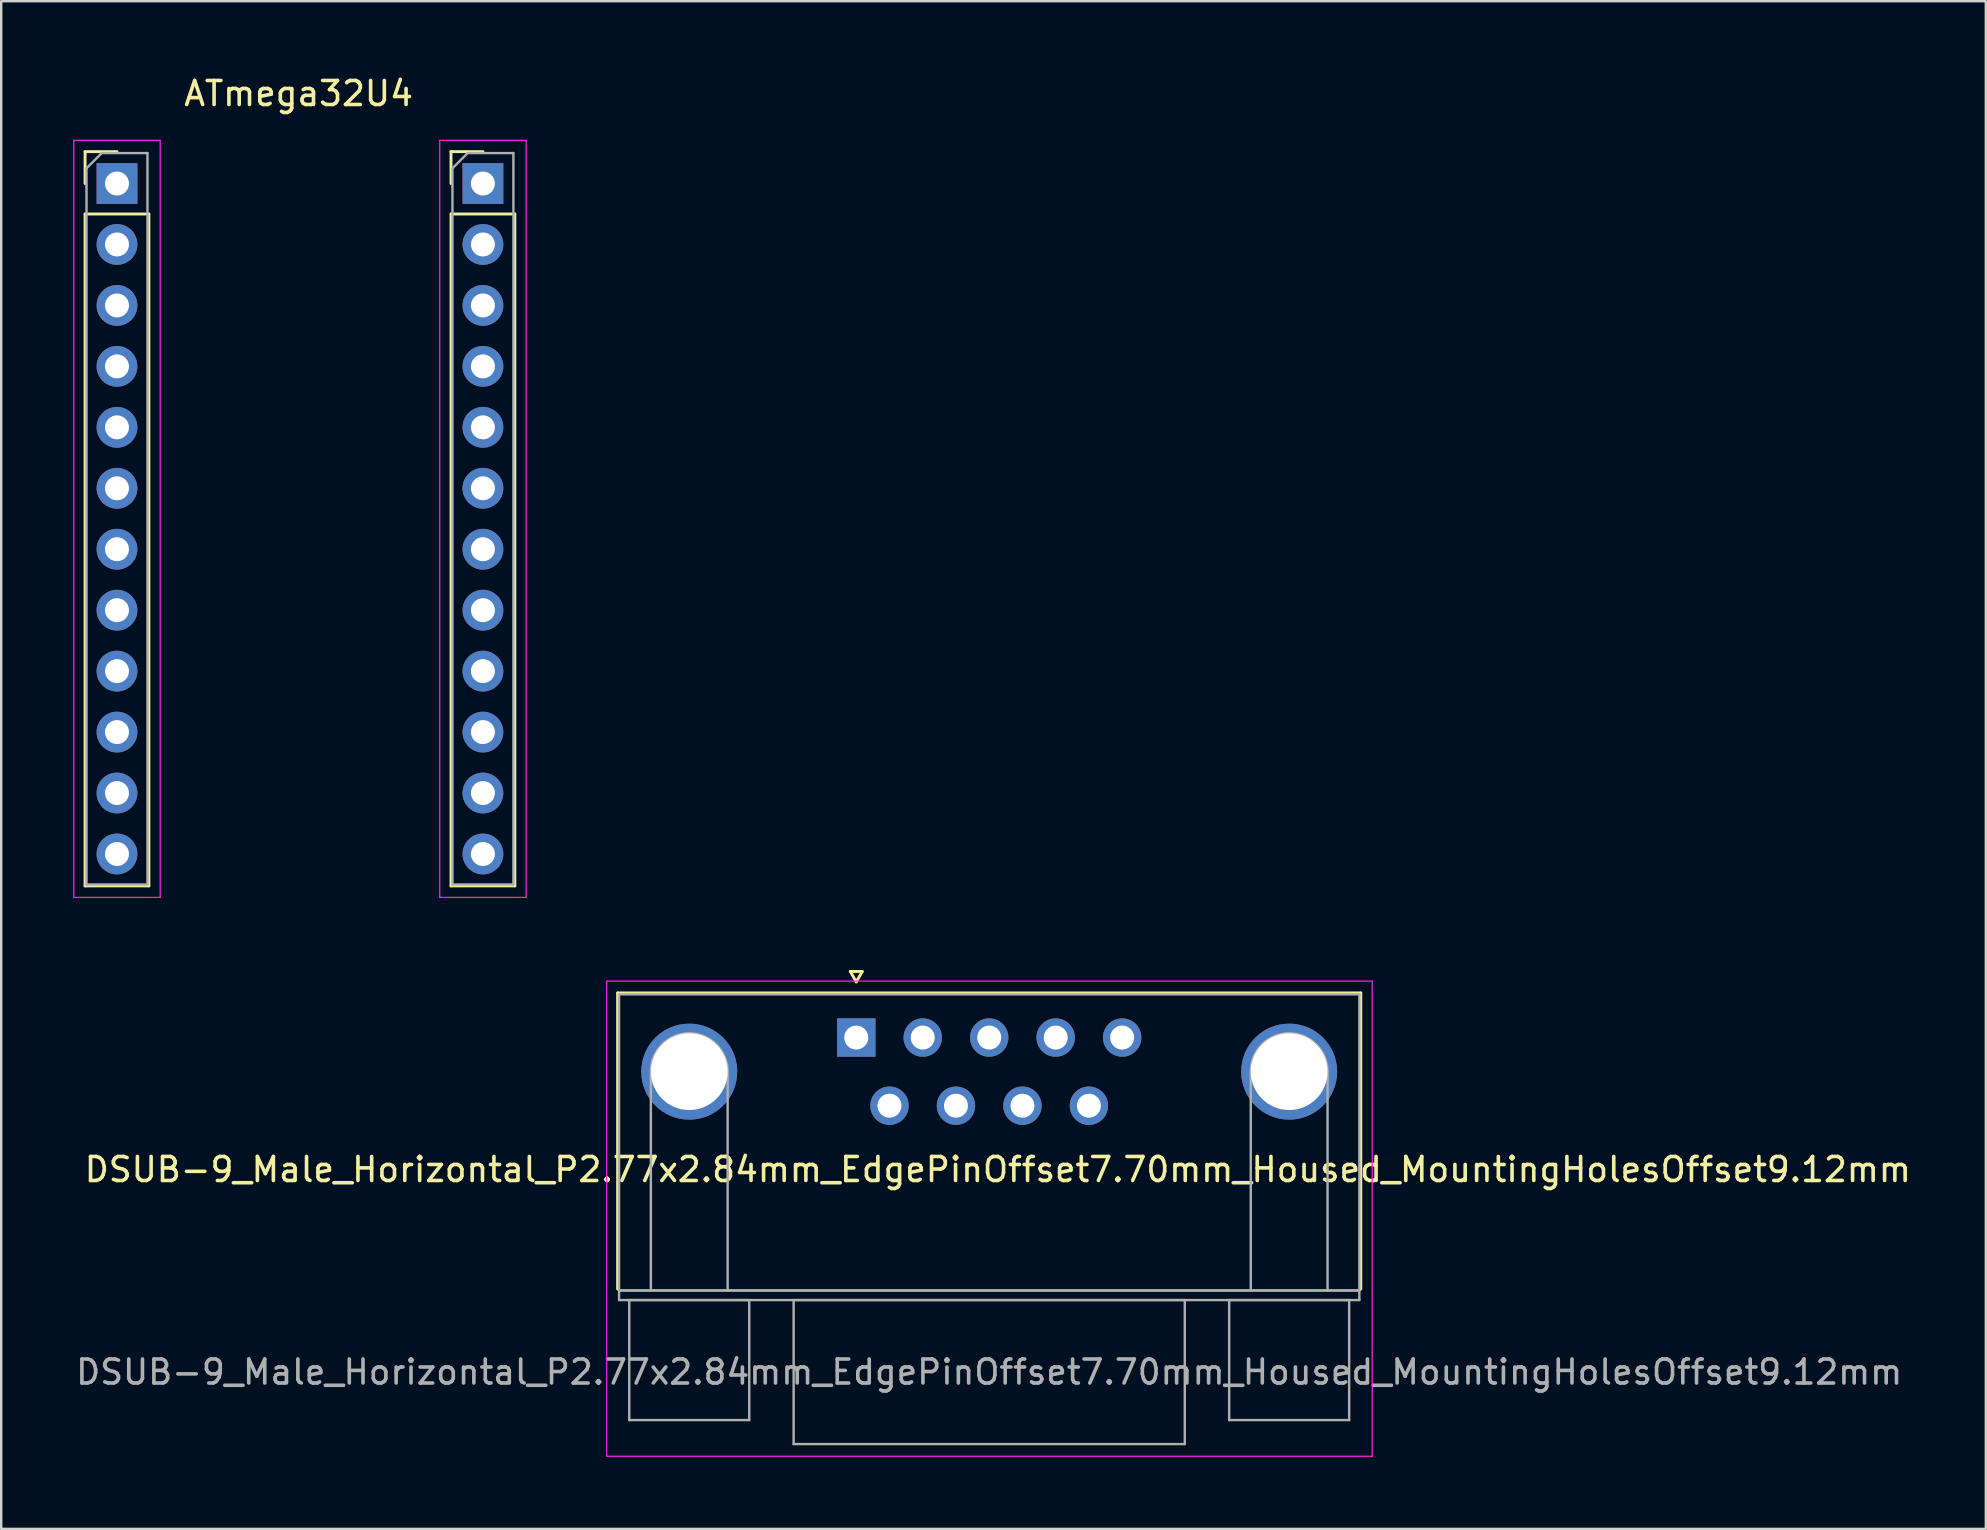
<source format=kicad_pcb>
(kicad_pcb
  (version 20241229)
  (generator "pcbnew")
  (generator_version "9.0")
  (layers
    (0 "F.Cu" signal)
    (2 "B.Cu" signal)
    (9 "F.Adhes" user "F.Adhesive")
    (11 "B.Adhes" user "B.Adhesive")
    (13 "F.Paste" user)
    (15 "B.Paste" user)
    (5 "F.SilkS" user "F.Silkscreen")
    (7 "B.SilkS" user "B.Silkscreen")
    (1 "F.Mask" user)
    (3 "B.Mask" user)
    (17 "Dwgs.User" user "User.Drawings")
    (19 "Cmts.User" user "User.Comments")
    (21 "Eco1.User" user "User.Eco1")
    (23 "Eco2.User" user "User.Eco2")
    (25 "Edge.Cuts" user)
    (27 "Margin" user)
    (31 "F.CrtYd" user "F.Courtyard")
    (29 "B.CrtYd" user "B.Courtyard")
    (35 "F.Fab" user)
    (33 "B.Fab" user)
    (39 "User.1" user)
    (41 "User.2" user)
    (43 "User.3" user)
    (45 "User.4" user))
  (footprint "ATmega32U4"
    (layer "F.Cu")
    (at 9.445 4.598)
    (property "Reference" "ATmega32U4" (at -0.05 -3.75 0) (layer "F.SilkS") (effects (font (size 1 1) (thickness 0.15))))
    (attr through_hole)
    (fp_line (start -8.95 -1.33) (end -7.62 -1.33) (stroke (width 0.12) (type solid)) (layer "F.SilkS"))
    (fp_line (start -8.95 0) (end -8.95 -1.33) (stroke (width 0.12) (type solid)) (layer "F.SilkS"))
    (fp_line (start -8.95 1.27) (end -8.95 29.27) (stroke (width 0.12) (type solid)) (layer "F.SilkS"))
    (fp_line (start -8.95 1.27) (end -6.29 1.27) (stroke (width 0.12) (type solid)) (layer "F.SilkS"))
    (fp_line (start -8.95 29.27) (end -6.29 29.27) (stroke (width 0.12) (type solid)) (layer "F.SilkS"))
    (fp_line (start -6.29 1.27) (end -6.29 29.27) (stroke (width 0.12) (type solid)) (layer "F.SilkS"))
    (fp_line (start 6.3 -1.33) (end 7.63 -1.33) (stroke (width 0.12) (type solid)) (layer "F.SilkS"))
    (fp_line (start 6.3 0) (end 6.3 -1.33) (stroke (width 0.12) (type solid)) (layer "F.SilkS"))
    (fp_line (start 6.3 1.27) (end 6.3 29.27) (stroke (width 0.12) (type solid)) (layer "F.SilkS"))
    (fp_line (start 6.3 1.27) (end 8.96 1.27) (stroke (width 0.12) (type solid)) (layer "F.SilkS"))
    (fp_line (start 6.3 29.27) (end 8.96 29.27) (stroke (width 0.12) (type solid)) (layer "F.SilkS"))
    (fp_line (start 8.96 1.27) (end 8.96 29.27) (stroke (width 0.12) (type solid)) (layer "F.SilkS"))
    (fp_line (start -9.42 -1.8) (end -9.42 29.75) (stroke (width 0.05) (type solid)) (layer "F.CrtYd"))
    (fp_line (start -9.42 29.75) (end -5.82 29.75) (stroke (width 0.05) (type solid)) (layer "F.CrtYd"))
    (fp_line (start -5.82 -1.8) (end -9.42 -1.8) (stroke (width 0.05) (type solid)) (layer "F.CrtYd"))
    (fp_line (start -5.82 29.75) (end -5.82 -1.8) (stroke (width 0.05) (type solid)) (layer "F.CrtYd"))
    (fp_line (start 5.83 -1.8) (end 5.83 29.75) (stroke (width 0.05) (type solid)) (layer "F.CrtYd"))
    (fp_line (start 5.83 29.75) (end 9.43 29.75) (stroke (width 0.05) (type solid)) (layer "F.CrtYd"))
    (fp_line (start 9.43 -1.8) (end 5.83 -1.8) (stroke (width 0.05) (type solid)) (layer "F.CrtYd"))
    (fp_line (start 9.43 29.75) (end 9.43 -1.8) (stroke (width 0.05) (type solid)) (layer "F.CrtYd"))
    (fp_line (start -8.89 -0.635) (end -8.255 -1.27) (stroke (width 0.1) (type solid)) (layer "F.Fab"))
    (fp_line (start -8.89 29.21) (end -8.89 -0.635) (stroke (width 0.1) (type solid)) (layer "F.Fab"))
    (fp_line (start -8.255 -1.27) (end -6.35 -1.27) (stroke (width 0.1) (type solid)) (layer "F.Fab"))
    (fp_line (start -6.35 -1.27) (end -6.35 29.21) (stroke (width 0.1) (type solid)) (layer "F.Fab"))
    (fp_line (start -6.35 29.21) (end -8.89 29.21) (stroke (width 0.1) (type solid)) (layer "F.Fab"))
    (fp_line (start 6.36 -0.635) (end 6.995 -1.27) (stroke (width 0.1) (type solid)) (layer "F.Fab"))
    (fp_line (start 6.36 29.21) (end 6.36 -0.635) (stroke (width 0.1) (type solid)) (layer "F.Fab"))
    (fp_line (start 6.995 -1.27) (end 8.9 -1.27) (stroke (width 0.1) (type solid)) (layer "F.Fab"))
    (fp_line (start 8.9 -1.27) (end 8.9 29.21) (stroke (width 0.1) (type solid)) (layer "F.Fab"))
    (fp_line (start 8.9 29.21) (end 6.36 29.21) (stroke (width 0.1) (type solid)) (layer "F.Fab"))
    (pad "1" thru_hole rect (at -7.62 0) (size 1.7 1.7) (drill 1) (layers "*.Cu" "*.Mask"))
    (pad "2" thru_hole oval (at -7.62 2.54) (size 1.7 1.7) (drill 1) (layers "*.Cu" "*.Mask"))
    (pad "3" thru_hole oval (at -7.62 5.08) (size 1.7 1.7) (drill 1) (layers "*.Cu" "*.Mask"))
    (pad "4" thru_hole oval (at -7.62 7.62) (size 1.7 1.7) (drill 1) (layers "*.Cu" "*.Mask"))
    (pad "5" thru_hole oval (at -7.62 10.16) (size 1.7 1.7) (drill 1) (layers "*.Cu" "*.Mask"))
    (pad "6" thru_hole oval (at -7.62 12.7) (size 1.7 1.7) (drill 1) (layers "*.Cu" "*.Mask"))
    (pad "7" thru_hole oval (at -7.62 15.24) (size 1.7 1.7) (drill 1) (layers "*.Cu" "*.Mask"))
    (pad "8" thru_hole oval (at -7.62 17.78) (size 1.7 1.7) (drill 1) (layers "*.Cu" "*.Mask"))
    (pad "9" thru_hole oval (at -7.62 20.32) (size 1.7 1.7) (drill 1) (layers "*.Cu" "*.Mask"))
    (pad "10" thru_hole oval (at -7.62 22.86) (size 1.7 1.7) (drill 1) (layers "*.Cu" "*.Mask"))
    (pad "11" thru_hole oval (at -7.62 25.4) (size 1.7 1.7) (drill 1) (layers "*.Cu" "*.Mask"))
    (pad "12" thru_hole oval (at -7.62 27.94) (size 1.7 1.7) (drill 1) (layers "*.Cu" "*.Mask"))
    (pad "13" thru_hole oval (at 7.63 27.94) (size 1.7 1.7) (drill 1) (layers "*.Cu" "*.Mask"))
    (pad "14" thru_hole oval (at 7.63 25.4) (size 1.7 1.7) (drill 1) (layers "*.Cu" "*.Mask"))
    (pad "15" thru_hole oval (at 7.63 22.86) (size 1.7 1.7) (drill 1) (layers "*.Cu" "*.Mask"))
    (pad "16" thru_hole oval (at 7.63 20.32) (size 1.7 1.7) (drill 1) (layers "*.Cu" "*.Mask"))
    (pad "17" thru_hole oval (at 7.63 17.78) (size 1.7 1.7) (drill 1) (layers "*.Cu" "*.Mask"))
    (pad "18" thru_hole oval (at 7.63 15.24) (size 1.7 1.7) (drill 1) (layers "*.Cu" "*.Mask"))
    (pad "19" thru_hole oval (at 7.63 12.7) (size 1.7 1.7) (drill 1) (layers "*.Cu" "*.Mask"))
    (pad "20" thru_hole oval (at 7.63 10.16) (size 1.7 1.7) (drill 1) (layers "*.Cu" "*.Mask"))
    (pad "21" thru_hole oval (at 7.63 7.62) (size 1.7 1.7) (drill 1) (layers "*.Cu" "*.Mask"))
    (pad "22" thru_hole oval (at 7.63 5.08) (size 1.7 1.7) (drill 1) (layers "*.Cu" "*.Mask"))
    (pad "23" thru_hole oval (at 7.63 2.54) (size 1.7 1.7) (drill 1) (layers "*.Cu" "*.Mask"))
    (pad "24" thru_hole rect (at 7.63 0) (size 1.7 1.7) (drill 1) (layers "*.Cu" "*.Mask")))
  (footprint "DSUB-9_Male_Horizontal_P2.77x2.84mm_EdgePinOffset7.70mm_Housed_MountingHolesOffset9.12mm"
    (layer "F.Cu")
    (at 32.633 40.188)
    (property "Reference" "DSUB-9_Male_Horizontal_P2.77x2.84mm_EdgePinOffset7.70mm_Housed_MountingHolesOffset9.12mm" (at 5.9 5.5 0) (layer "F.SilkS") (effects (font (size 1 1) (thickness 0.15))))
    (attr through_hole)
    (fp_line (start -9.945 -1.86) (end 21.025 -1.86) (stroke (width 0.12) (type solid)) (layer "F.SilkS"))
    (fp_line (start -9.945 10.48) (end -9.945 -1.86) (stroke (width 0.12) (type solid)) (layer "F.SilkS"))
    (fp_line (start -0.25 -2.754) (end 0.25 -2.754) (stroke (width 0.12) (type solid)) (layer "F.SilkS"))
    (fp_line (start 0 -2.321) (end -0.25 -2.754) (stroke (width 0.12) (type solid)) (layer "F.SilkS"))
    (fp_line (start 0.25 -2.754) (end 0 -2.321) (stroke (width 0.12) (type solid)) (layer "F.SilkS"))
    (fp_line (start 21.025 -1.86) (end 21.025 10.48) (stroke (width 0.12) (type solid)) (layer "F.SilkS"))
    (fp_line (start -10.4 -2.35) (end -10.4 17.45) (stroke (width 0.05) (type solid)) (layer "F.CrtYd"))
    (fp_line (start -10.4 17.45) (end 21.5 17.45) (stroke (width 0.05) (type solid)) (layer "F.CrtYd"))
    (fp_line (start 21.5 -2.35) (end -10.4 -2.35) (stroke (width 0.05) (type solid)) (layer "F.CrtYd"))
    (fp_line (start 21.5 17.45) (end 21.5 -2.35) (stroke (width 0.05) (type solid)) (layer "F.CrtYd"))
    (fp_line (start -9.885 -1.8) (end -9.885 10.54) (stroke (width 0.1) (type solid)) (layer "F.Fab"))
    (fp_line (start -9.885 10.54) (end -9.885 10.94) (stroke (width 0.1) (type solid)) (layer "F.Fab"))
    (fp_line (start -9.885 10.54) (end 20.965 10.54) (stroke (width 0.1) (type solid)) (layer "F.Fab"))
    (fp_line (start -9.885 10.94) (end 20.965 10.94) (stroke (width 0.1) (type solid)) (layer "F.Fab"))
    (fp_line (start -9.46 10.94) (end -9.46 15.94) (stroke (width 0.1) (type solid)) (layer "F.Fab"))
    (fp_line (start -9.46 15.94) (end -4.46 15.94) (stroke (width 0.1) (type solid)) (layer "F.Fab"))
    (fp_line (start -8.56 10.54) (end -8.56 1.42) (stroke (width 0.1) (type solid)) (layer "F.Fab"))
    (fp_line (start -5.36 10.54) (end -5.36 1.42) (stroke (width 0.1) (type solid)) (layer "F.Fab"))
    (fp_line (start -4.46 10.94) (end -9.46 10.94) (stroke (width 0.1) (type solid)) (layer "F.Fab"))
    (fp_line (start -4.46 15.94) (end -4.46 10.94) (stroke (width 0.1) (type solid)) (layer "F.Fab"))
    (fp_line (start -2.61 10.94) (end -2.61 16.94) (stroke (width 0.1) (type solid)) (layer "F.Fab"))
    (fp_line (start -2.61 16.94) (end 13.69 16.94) (stroke (width 0.1) (type solid)) (layer "F.Fab"))
    (fp_line (start 13.69 10.94) (end -2.61 10.94) (stroke (width 0.1) (type solid)) (layer "F.Fab"))
    (fp_line (start 13.69 16.94) (end 13.69 10.94) (stroke (width 0.1) (type solid)) (layer "F.Fab"))
    (fp_line (start 15.54 10.94) (end 15.54 15.94) (stroke (width 0.1) (type solid)) (layer "F.Fab"))
    (fp_line (start 15.54 15.94) (end 20.54 15.94) (stroke (width 0.1) (type solid)) (layer "F.Fab"))
    (fp_line (start 16.44 10.54) (end 16.44 1.42) (stroke (width 0.1) (type solid)) (layer "F.Fab"))
    (fp_line (start 19.64 10.54) (end 19.64 1.42) (stroke (width 0.1) (type solid)) (layer "F.Fab"))
    (fp_line (start 20.54 10.94) (end 15.54 10.94) (stroke (width 0.1) (type solid)) (layer "F.Fab"))
    (fp_line (start 20.54 15.94) (end 20.54 10.94) (stroke (width 0.1) (type solid)) (layer "F.Fab"))
    (fp_line (start 20.965 -1.8) (end -9.885 -1.8) (stroke (width 0.1) (type solid)) (layer "F.Fab"))
    (fp_line (start 20.965 10.54) (end -9.885 10.54) (stroke (width 0.1) (type solid)) (layer "F.Fab"))
    (fp_line (start 20.965 10.54) (end 20.965 -1.8) (stroke (width 0.1) (type solid)) (layer "F.Fab"))
    (fp_line (start 20.965 10.94) (end 20.965 10.54) (stroke (width 0.1) (type solid)) (layer "F.Fab"))
    (fp_arc (start -8.56 1.42) (mid -6.96 -0.18) (end -5.36 1.42) (stroke (width 0.1) (type solid)) (layer "F.Fab"))
    (fp_arc (start 16.44 1.42) (mid 18.04 -0.18) (end 19.64 1.42) (stroke (width 0.1) (type solid)) (layer "F.Fab"))
    (fp_text user "${REFERENCE}" (at 5.54 13.94 0) (layer "F.Fab") (effects (font (size 1 1) (thickness 0.15))))
    (pad "0" thru_hole circle (at -6.96 1.42) (size 4 4) (drill 3.2) (layers "*.Cu" "*.Mask"))
    (pad "0" thru_hole circle (at 18.04 1.42) (size 4 4) (drill 3.2) (layers "*.Cu" "*.Mask"))
    (pad "1" thru_hole rect (at 0 0) (size 1.6 1.6) (drill 1) (layers "*.Cu" "*.Mask"))
    (pad "2" thru_hole circle (at 2.77 0) (size 1.6 1.6) (drill 1) (layers "*.Cu" "*.Mask"))
    (pad "3" thru_hole circle (at 5.54 0) (size 1.6 1.6) (drill 1) (layers "*.Cu" "*.Mask"))
    (pad "4" thru_hole circle (at 8.31 0) (size 1.6 1.6) (drill 1) (layers "*.Cu" "*.Mask"))
    (pad "5" thru_hole circle (at 11.08 0) (size 1.6 1.6) (drill 1) (layers "*.Cu" "*.Mask"))
    (pad "6" thru_hole circle (at 1.385 2.84) (size 1.6 1.6) (drill 1) (layers "*.Cu" "*.Mask"))
    (pad "7" thru_hole circle (at 4.155 2.84) (size 1.6 1.6) (drill 1) (layers "*.Cu" "*.Mask"))
    (pad "8" thru_hole circle (at 6.925 2.84) (size 1.6 1.6) (drill 1) (layers "*.Cu" "*.Mask"))
    (pad "9" thru_hole circle (at 9.695 2.84) (size 1.6 1.6) (drill 1) (layers "*.Cu" "*.Mask")))
  (gr_rect
    (start -3 -3)
    (end 79.705 60.663)
    (stroke (width 0.1) (type default))
    (fill no)
    (layer "Edge.Cuts")))
</source>
